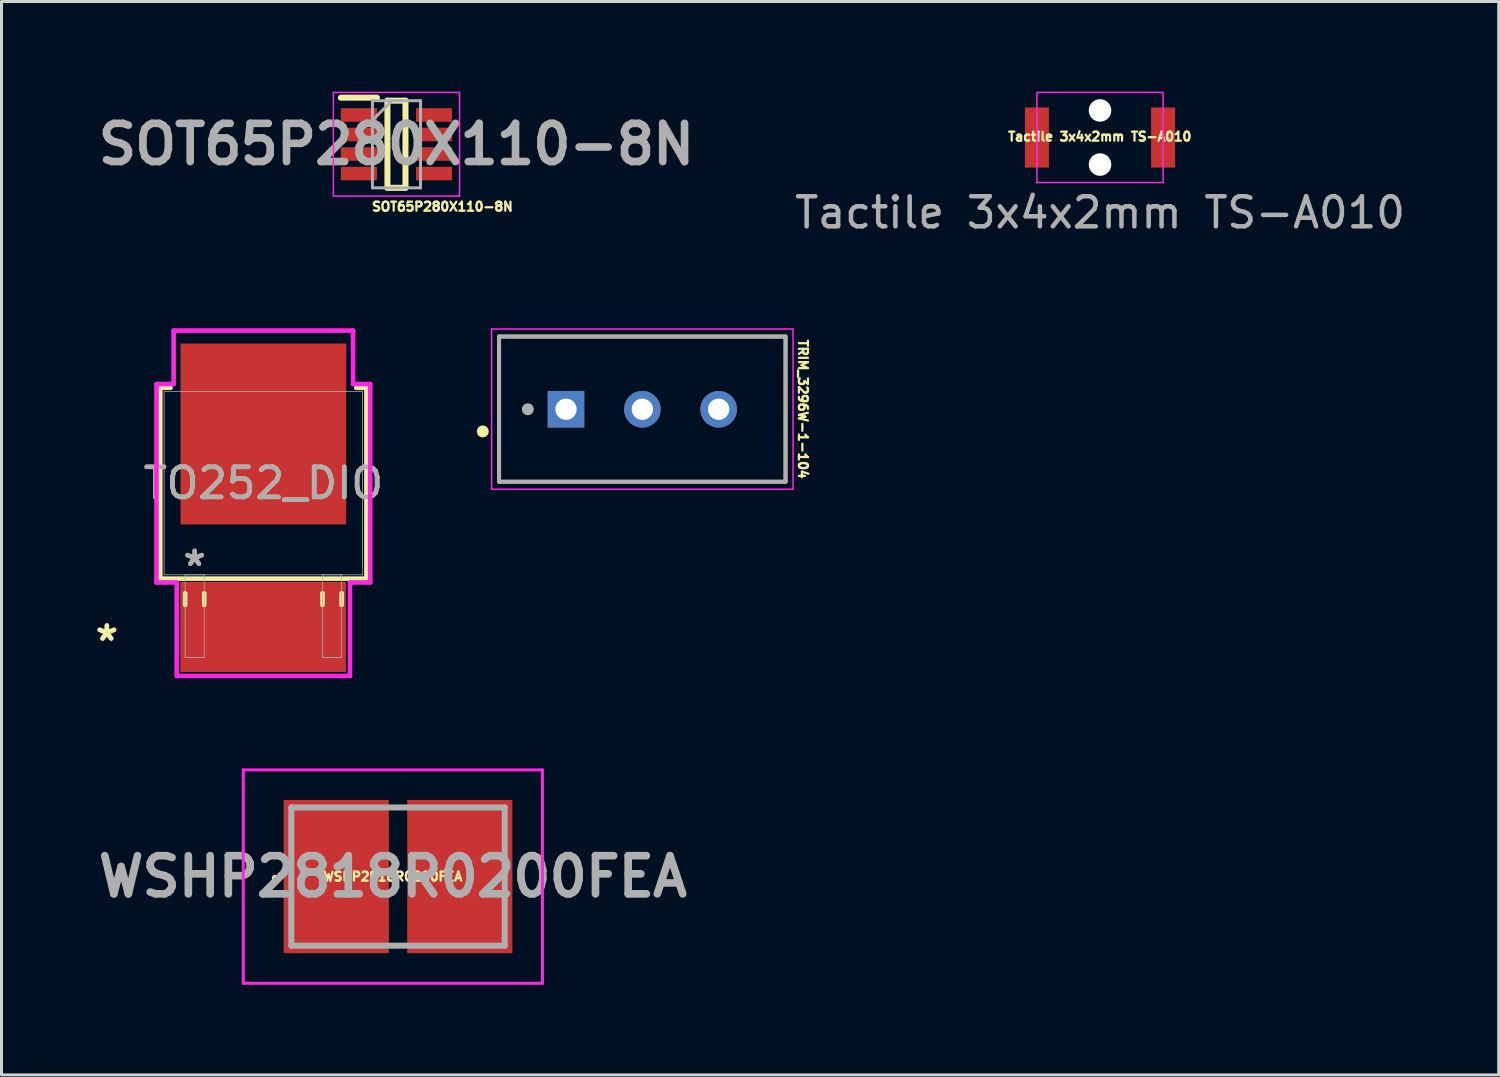
<source format=kicad_pcb>
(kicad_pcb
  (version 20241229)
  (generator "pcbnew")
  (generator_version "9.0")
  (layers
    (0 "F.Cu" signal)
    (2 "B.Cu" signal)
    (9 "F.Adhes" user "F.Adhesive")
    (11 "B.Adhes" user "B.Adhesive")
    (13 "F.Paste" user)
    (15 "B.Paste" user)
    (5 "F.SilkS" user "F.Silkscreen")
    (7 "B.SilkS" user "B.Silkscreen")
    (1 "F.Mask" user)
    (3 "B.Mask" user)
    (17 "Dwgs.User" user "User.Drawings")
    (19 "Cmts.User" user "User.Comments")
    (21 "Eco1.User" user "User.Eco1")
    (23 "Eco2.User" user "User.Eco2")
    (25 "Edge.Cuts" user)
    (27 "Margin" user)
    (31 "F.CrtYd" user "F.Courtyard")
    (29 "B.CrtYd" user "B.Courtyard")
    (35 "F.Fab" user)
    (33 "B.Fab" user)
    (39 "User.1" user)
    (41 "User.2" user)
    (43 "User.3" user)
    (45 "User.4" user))
  (footprint "TO252_DIO"
    (layer "F.Cu")
    (at 5.713 13.029)
    (property "Reference" "TO252_DIO" (at 0 0 0) (unlocked yes) (layer "F.SilkS") (effects (font (size 1 1) (thickness 0.15))))
    (attr smd)
    (fp_line (start -3.429 -3.175) (end -3.429 3.175) (stroke (width 0.152) (type solid)) (layer "F.SilkS"))
    (fp_line (start -3.429 3.175) (end 3.429 3.175) (stroke (width 0.152) (type solid)) (layer "F.SilkS"))
    (fp_line (start -3.089 -3.175) (end -3.429 -3.175) (stroke (width 0.152) (type solid)) (layer "F.SilkS"))
    (fp_line (start -2.603 3.658) (end -2.603 4.049) (stroke (width 0.152) (type solid)) (layer "F.SilkS"))
    (fp_line (start -1.968 3.658) (end -1.968 4.049) (stroke (width 0.152) (type solid)) (layer "F.SilkS"))
    (fp_line (start 1.968 3.658) (end 1.968 4.049) (stroke (width 0.152) (type solid)) (layer "F.SilkS"))
    (fp_line (start 2.603 3.658) (end 2.603 4.049) (stroke (width 0.152) (type solid)) (layer "F.SilkS"))
    (fp_line (start 3.429 -3.175) (end 3.089 -3.175) (stroke (width 0.152) (type solid)) (layer "F.SilkS"))
    (fp_line (start 3.429 3.175) (end 3.429 -3.175) (stroke (width 0.152) (type solid)) (layer "F.SilkS"))
    (fp_line (start -3.556 -3.302) (end -2.985 -3.302) (stroke (width 0.152) (type solid)) (layer "F.CrtYd"))
    (fp_line (start -3.556 3.302) (end -3.556 -3.302) (stroke (width 0.152) (type solid)) (layer "F.CrtYd"))
    (fp_line (start -2.985 -5.08) (end 2.985 -5.08) (stroke (width 0.152) (type solid)) (layer "F.CrtYd"))
    (fp_line (start -2.985 -3.302) (end -2.985 -5.08) (stroke (width 0.152) (type solid)) (layer "F.CrtYd"))
    (fp_line (start -2.883 3.302) (end -3.556 3.302) (stroke (width 0.152) (type solid)) (layer "F.CrtYd"))
    (fp_line (start -2.883 6.412) (end -2.883 3.302) (stroke (width 0.152) (type solid)) (layer "F.CrtYd"))
    (fp_line (start 2.883 3.302) (end 2.883 6.412) (stroke (width 0.152) (type solid)) (layer "F.CrtYd"))
    (fp_line (start 2.883 6.412) (end -2.883 6.412) (stroke (width 0.152) (type solid)) (layer "F.CrtYd"))
    (fp_line (start 2.985 -5.08) (end 2.985 -3.302) (stroke (width 0.152) (type solid)) (layer "F.CrtYd"))
    (fp_line (start 2.985 -3.302) (end 3.556 -3.302) (stroke (width 0.152) (type solid)) (layer "F.CrtYd"))
    (fp_line (start 3.556 -3.302) (end 3.556 3.302) (stroke (width 0.152) (type solid)) (layer "F.CrtYd"))
    (fp_line (start 3.556 3.302) (end 2.883 3.302) (stroke (width 0.152) (type solid)) (layer "F.CrtYd"))
    (fp_line (start -3.302 -3.048) (end -3.302 3.048) (stroke (width 0.025) (type solid)) (layer "F.Fab"))
    (fp_line (start -3.302 3.048) (end 3.302 3.048) (stroke (width 0.025) (type solid)) (layer "F.Fab"))
    (fp_line (start -2.603 3.048) (end -2.603 5.802) (stroke (width 0.025) (type solid)) (layer "F.Fab"))
    (fp_line (start -2.603 5.802) (end -1.968 5.802) (stroke (width 0.025) (type solid)) (layer "F.Fab"))
    (fp_line (start -1.968 3.048) (end -2.603 3.048) (stroke (width 0.025) (type solid)) (layer "F.Fab"))
    (fp_line (start -1.968 5.802) (end -1.968 3.048) (stroke (width 0.025) (type solid)) (layer "F.Fab"))
    (fp_line (start 1.968 3.048) (end 1.968 5.802) (stroke (width 0.025) (type solid)) (layer "F.Fab"))
    (fp_line (start 1.968 5.802) (end 2.603 5.802) (stroke (width 0.025) (type solid)) (layer "F.Fab"))
    (fp_line (start 2.603 3.048) (end 1.968 3.048) (stroke (width 0.025) (type solid)) (layer "F.Fab"))
    (fp_line (start 2.603 5.802) (end 2.603 3.048) (stroke (width 0.025) (type solid)) (layer "F.Fab"))
    (fp_line (start 3.302 -3.048) (end -3.302 -3.048) (stroke (width 0.025) (type solid)) (layer "F.Fab"))
    (fp_line (start 3.302 3.048) (end 3.302 -3.048) (stroke (width 0.025) (type solid)) (layer "F.Fab"))
    (fp_text user "*" (at -5.207 5.281 0) (layer "F.SilkS") (effects (font (size 1 1) (thickness 0.15))))
    (fp_text user "*" (at -5.207 5.281 0) (unlocked yes) (layer "F.SilkS") (effects (font (size 1 1) (thickness 0.15))))
    (fp_text user "*" (at -2.286 2.794 0) (layer "F.Fab") (effects (font (size 1 1) (thickness 0.15))))
    (fp_text user "${REFERENCE}" (at 0 0 0) (unlocked yes) (layer "F.Fab") (effects (font (size 1 1) (thickness 0.15))))
    (fp_text user "*" (at -2.286 2.794 0) (unlocked yes) (layer "F.Fab") (effects (font (size 1 1) (thickness 0.15))))
    (pad "1" smd rect (at -0.01 4.78) (size 5.512 3) (layers "F.Cu" "F.Mask" "F.Paste"))
    (pad "2" smd rect (at 0 -1.638) (size 5.512 6.02) (layers "F.Cu" "F.Mask" "F.Paste")))
  (footprint "SOT65P280X110-8N"
    (layer "F.Cu")
    (at 10.142 1.75)
    (property "Reference" "SOT65P280X110-8N" (at 1.528 2.075 180) (layer "F.SilkS") (effects (font (size 0.3 0.3) (thickness 0.075))))
    (attr smd)
    (fp_line (start -1.85 -1.55) (end -0.65 -1.55) (stroke (width 0.2) (type solid)) (layer "F.SilkS"))
    (fp_line (start -0.3 -1.45) (end 0.3 -1.45) (stroke (width 0.2) (type solid)) (layer "F.SilkS"))
    (fp_line (start -0.3 1.45) (end -0.3 -1.45) (stroke (width 0.2) (type solid)) (layer "F.SilkS"))
    (fp_line (start 0.3 -1.45) (end 0.3 1.45) (stroke (width 0.2) (type solid)) (layer "F.SilkS"))
    (fp_line (start 0.3 1.45) (end -0.3 1.45) (stroke (width 0.2) (type solid)) (layer "F.SilkS"))
    (fp_line (start -2.1 -1.725) (end 2.1 -1.725) (stroke (width 0.05) (type solid)) (layer "F.CrtYd"))
    (fp_line (start -2.1 1.725) (end -2.1 -1.725) (stroke (width 0.05) (type solid)) (layer "F.CrtYd"))
    (fp_line (start 2.1 -1.725) (end 2.1 1.725) (stroke (width 0.05) (type solid)) (layer "F.CrtYd"))
    (fp_line (start 2.1 1.725) (end -2.1 1.725) (stroke (width 0.05) (type solid)) (layer "F.CrtYd"))
    (fp_line (start -0.8 -1.45) (end 0.8 -1.45) (stroke (width 0.1) (type solid)) (layer "F.Fab"))
    (fp_line (start -0.8 -0.8) (end -0.15 -1.45) (stroke (width 0.1) (type solid)) (layer "F.Fab"))
    (fp_line (start -0.8 1.45) (end -0.8 -1.45) (stroke (width 0.1) (type solid)) (layer "F.Fab"))
    (fp_line (start 0.8 -1.45) (end 0.8 1.45) (stroke (width 0.1) (type solid)) (layer "F.Fab"))
    (fp_line (start 0.8 1.45) (end -0.8 1.45) (stroke (width 0.1) (type solid)) (layer "F.Fab"))
    (fp_text user "${REFERENCE}" (at 0 0 180) (layer "F.Fab") (effects (font (size 1.27 1.27) (thickness 0.254))))
    (pad "1" smd rect (at -1.25 -0.975 90) (size 0.45 1.2) (layers "F.Cu" "F.Mask" "F.Paste"))
    (pad "2" smd rect (at -1.25 -0.325 90) (size 0.45 1.2) (layers "F.Cu" "F.Mask" "F.Paste"))
    (pad "3" smd rect (at -1.25 0.325 90) (size 0.45 1.2) (layers "F.Cu" "F.Mask" "F.Paste"))
    (pad "4" smd rect (at -1.25 0.975 90) (size 0.45 1.2) (layers "F.Cu" "F.Mask" "F.Paste"))
    (pad "5" smd rect (at 1.25 0.975 90) (size 0.45 1.2) (layers "F.Cu" "F.Mask" "F.Paste"))
    (pad "6" smd rect (at 1.25 0.325 90) (size 0.45 1.2) (layers "F.Cu" "F.Mask" "F.Paste"))
    (pad "7" smd rect (at 1.25 -0.325 90) (size 0.45 1.2) (layers "F.Cu" "F.Mask" "F.Paste"))
    (pad "8" smd rect (at 1.25 -0.975 90) (size 0.45 1.2) (layers "F.Cu" "F.Mask" "F.Paste")))
  (footprint "TRIM_3296W-1-104"
    (layer "F.Cu")
    (at 18.323 10.568)
    (property "Reference" "TRIM_3296W-1-104" (at 5.345 -0.005 270) (unlocked yes) (layer "F.SilkS") (effects (font (size 0.3 0.3) (thickness 0.125))))
    (attr through_hole)
    (fp_line (start -4.765 -2.42) (end 4.765 -2.42) (stroke (width 0.127) (type solid)) (layer "F.SilkS"))
    (fp_line (start -4.765 2.41) (end -4.765 -2.42) (stroke (width 0.127) (type solid)) (layer "F.SilkS"))
    (fp_line (start 4.765 -2.42) (end 4.765 2.41) (stroke (width 0.127) (type solid)) (layer "F.SilkS"))
    (fp_line (start 4.765 2.41) (end -4.765 2.41) (stroke (width 0.127) (type solid)) (layer "F.SilkS"))
    (fp_circle (center -5.309 0.737) (end -5.209 0.737) (stroke (width 0.2) (type solid)) (fill no) (layer "F.SilkS"))
    (fp_line (start -5.015 -2.67) (end 5.015 -2.67) (stroke (width 0.05) (type solid)) (layer "F.CrtYd"))
    (fp_line (start -5.015 2.66) (end -5.015 -2.67) (stroke (width 0.05) (type solid)) (layer "F.CrtYd"))
    (fp_line (start 5.015 -2.67) (end 5.015 2.66) (stroke (width 0.05) (type solid)) (layer "F.CrtYd"))
    (fp_line (start 5.015 2.66) (end -5.015 2.66) (stroke (width 0.05) (type solid)) (layer "F.CrtYd"))
    (fp_line (start -4.765 -2.42) (end 4.765 -2.42) (stroke (width 0.127) (type solid)) (layer "F.Fab"))
    (fp_line (start -4.765 2.41) (end -4.765 -2.42) (stroke (width 0.127) (type solid)) (layer "F.Fab"))
    (fp_line (start 4.765 -2.42) (end 4.765 2.41) (stroke (width 0.127) (type solid)) (layer "F.Fab"))
    (fp_line (start 4.765 2.41) (end -4.765 2.41) (stroke (width 0.127) (type solid)) (layer "F.Fab"))
    (fp_circle (center -3.81 0) (end -3.71 0) (stroke (width 0.2) (type solid)) (fill no) (layer "F.Fab"))
    (pad "1" thru_hole rect (at -2.54 0) (size 1.218 1.218) (drill 0.71) (layers "*.Cu" "*.Mask"))
    (pad "2" thru_hole circle (at 0 0) (size 1.218 1.218) (drill 0.71) (layers "*.Cu" "*.Mask"))
    (pad "3" thru_hole circle (at 2.54 0) (size 1.218 1.218) (drill 0.71) (layers "*.Cu" "*.Mask")))
  (footprint "WSHP2818R0200FEA"
    (layer "F.Cu")
    (at 10.194 26.117)
    (property "Reference" "WSHP2818R0200FEA" (at -0.173 0 0) (layer "F.SilkS") (effects (font (size 0.3 0.3) (thickness 0.254))))
    (attr smd)
    (fp_line (start -4.1 0) (end -4.1 0) (stroke (width 0.1) (type solid)) (layer "F.SilkS"))
    (fp_line (start -4.1 0.1) (end -4.1 0.1) (stroke (width 0.1) (type solid)) (layer "F.SilkS"))
    (fp_arc (start -4.1 0) (mid -4.05 0.05) (end -4.1 0.1) (stroke (width 0.1) (type solid)) (layer "F.SilkS"))
    (fp_arc (start -4.1 0.1) (mid -4.15 0.05) (end -4.1 0) (stroke (width 0.1) (type solid)) (layer "F.SilkS"))
    (fp_line (start -5.15 -3.55) (end 4.805 -3.55) (stroke (width 0.1) (type solid)) (layer "F.CrtYd"))
    (fp_line (start -5.15 3.55) (end -5.15 -3.55) (stroke (width 0.1) (type solid)) (layer "F.CrtYd"))
    (fp_line (start 4.805 -3.55) (end 4.805 3.55) (stroke (width 0.1) (type solid)) (layer "F.CrtYd"))
    (fp_line (start 4.805 3.55) (end -5.15 3.55) (stroke (width 0.1) (type solid)) (layer "F.CrtYd"))
    (fp_line (start -3.55 -2.3) (end 3.55 -2.3) (stroke (width 0.2) (type solid)) (layer "F.Fab"))
    (fp_line (start -3.55 2.3) (end -3.55 -2.3) (stroke (width 0.2) (type solid)) (layer "F.Fab"))
    (fp_line (start 3.55 -2.3) (end 3.55 2.3) (stroke (width 0.2) (type solid)) (layer "F.Fab"))
    (fp_line (start 3.55 2.3) (end -3.55 2.3) (stroke (width 0.2) (type solid)) (layer "F.Fab"))
    (fp_text user "${REFERENCE}" (at -0.173 0 0) (layer "F.Fab") (effects (font (size 1.27 1.27) (thickness 0.254))))
    (pad "1" smd rect (at -2.055 0) (size 3.5 5.1) (layers "F.Cu" "F.Mask" "F.Paste"))
    (pad "2" smd rect (at 2.055 0) (size 3.5 5.1) (layers "F.Cu" "F.Mask" "F.Paste")))
  (footprint "Tactile 3x4x2mm TS-A010"
    (layer "F.Cu")
    (at 33.552 1.525)
    (property "Reference" "Tactile 3x4x2mm TS-A010" (at -0.01 -0.03 0) (unlocked yes) (layer "F.SilkS") (effects (font (size 0.3 0.3) (thickness 0.075))))
    (attr smd)
    (fp_line (start -2.1 -1.5) (end 2.1 -1.5) (stroke (width 0.05) (type solid)) (layer "F.CrtYd"))
    (fp_line (start -2.1 0) (end -2.1 -1.5) (stroke (width 0.05) (type solid)) (layer "F.CrtYd"))
    (fp_line (start -2.1 1.5) (end -2.1 0) (stroke (width 0.05) (type solid)) (layer "F.CrtYd"))
    (fp_line (start 2.1 -1.5) (end 2.1 0) (stroke (width 0.05) (type solid)) (layer "F.CrtYd"))
    (fp_line (start 2.1 0) (end 2.1 1.5) (stroke (width 0.05) (type solid)) (layer "F.CrtYd"))
    (fp_line (start 2.1 1.5) (end -2.1 1.5) (stroke (width 0.05) (type solid)) (layer "F.CrtYd"))
    (fp_text user "${REFERENCE}" (at 0 2.5 0) (unlocked yes) (layer "F.Fab") (effects (font (size 1 1) (thickness 0.15))))
    (pad "" np_thru_hole circle (at 0 -0.9) (size 0.75 0.75) (drill 0.75) (layers "*.Cu" "*.Mask"))
    (pad "" np_thru_hole circle (at 0 0.9) (size 0.75 0.75) (drill 0.75) (layers "*.Cu" "*.Mask"))
    (pad "1" smd rect (at -2.1 0) (size 0.8 2) (layers "F.Cu" "F.Mask" "F.Paste"))
    (pad "2" smd rect (at 2.1 0) (size 0.8 2) (layers "F.Cu" "F.Mask" "F.Paste")))
  (gr_rect
    (start -3 -3)
    (end 46.819 32.717)
    (stroke (width 0.1) (type default))
    (fill no)
    (layer "Edge.Cuts")))
</source>
